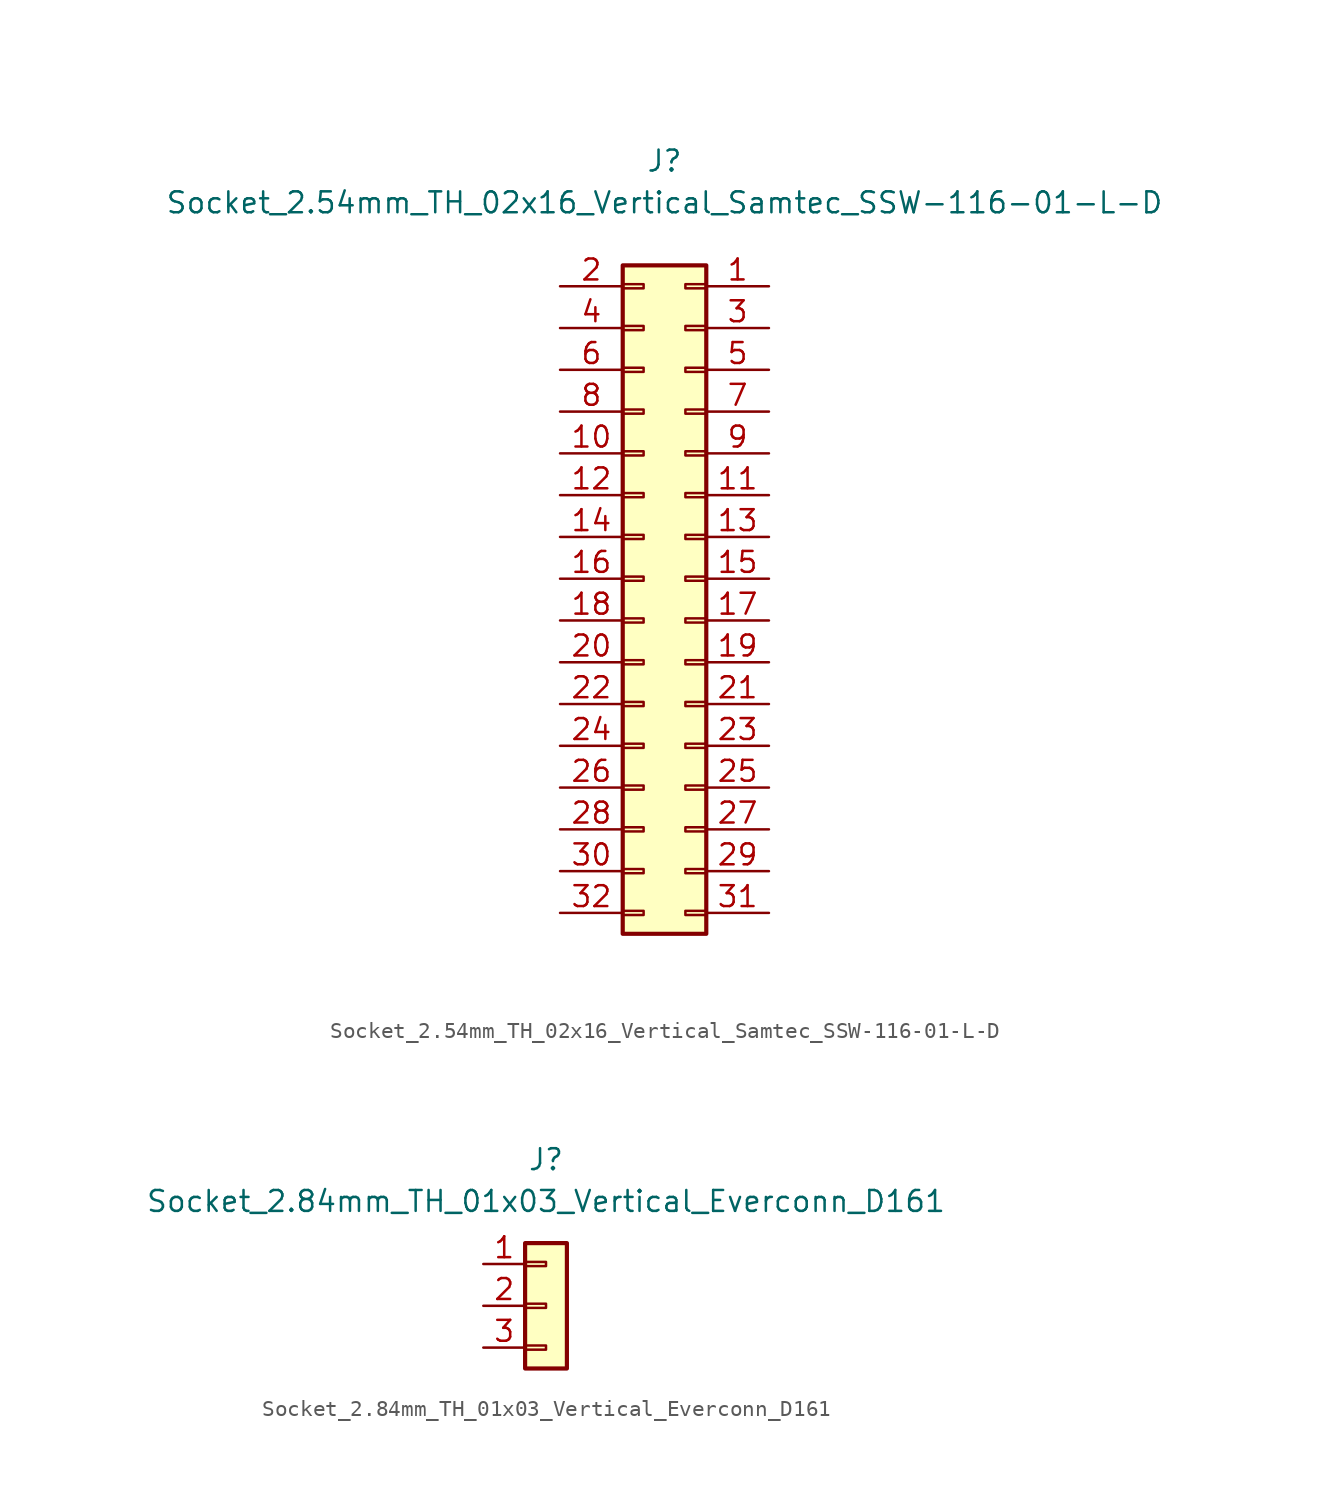
<source format=kicad_sym>
(kicad_symbol_lib
  (version 20211014)
  (generator kicad_symbol_editor)
  (symbol "Socket_2.54mm_TH_02x16_Vertical_Samtec_SSW-116-01-L-D"
    (pin_names
      (offset 1.27) hide)
    (property "Reference" "J"
      (at 0 26.67 0)
      (effects (font (size 1.27 1.27))))
    (property "Value" "Socket_2.54mm_TH_02x16_Vertical_Samtec_SSW-116-01-L-D"
      (at 0 24.13 0)
      (effects (font (size 1.27 1.27))))
    (symbol "Socket_2.54mm_TH_02x16_Vertical_Samtec_SSW-116-01-L-D_1_1"
      (rectangle (start -2.54 -18.923) (end -1.27 -19.177) (stroke (width 0.152) (type default) (color 0 0 0 0)) (fill (type none)))
      (rectangle (start -2.54 -16.383) (end -1.27 -16.637) (stroke (width 0.152) (type default) (color 0 0 0 0)) (fill (type none)))
      (rectangle (start -2.54 -13.843) (end -1.27 -14.097) (stroke (width 0.152) (type default) (color 0 0 0 0)) (fill (type none)))
      (rectangle (start -2.54 -11.303) (end -1.27 -11.557) (stroke (width 0.152) (type default) (color 0 0 0 0)) (fill (type none)))
      (rectangle (start -2.54 -8.763) (end -1.27 -9.017) (stroke (width 0.152) (type default) (color 0 0 0 0)) (fill (type none)))
      (rectangle (start -2.54 -6.223) (end -1.27 -6.477) (stroke (width 0.152) (type default) (color 0 0 0 0)) (fill (type none)))
      (rectangle (start -2.54 -3.683) (end -1.27 -3.937) (stroke (width 0.152) (type default) (color 0 0 0 0)) (fill (type none)))
      (rectangle (start -2.54 -1.143) (end -1.27 -1.397) (stroke (width 0.152) (type default) (color 0 0 0 0)) (fill (type none)))
      (rectangle (start -2.54 1.397) (end -1.27 1.143) (stroke (width 0.152) (type default) (color 0 0 0 0)) (fill (type none)))
      (rectangle (start -2.54 3.937) (end -1.27 3.683) (stroke (width 0.152) (type default) (color 0 0 0 0)) (fill (type none)))
      (rectangle (start -2.54 6.477) (end -1.27 6.223) (stroke (width 0.152) (type default) (color 0 0 0 0)) (fill (type none)))
      (rectangle (start -2.54 9.017) (end -1.27 8.763) (stroke (width 0.152) (type default) (color 0 0 0 0)) (fill (type none)))
      (rectangle (start -2.54 11.557) (end -1.27 11.303) (stroke (width 0.152) (type default) (color 0 0 0 0)) (fill (type none)))
      (rectangle (start -2.54 14.097) (end -1.27 13.843) (stroke (width 0.152) (type default) (color 0 0 0 0)) (fill (type none)))
      (rectangle (start -2.54 16.637) (end -1.27 16.383) (stroke (width 0.152) (type default) (color 0 0 0 0)) (fill (type none)))
      (rectangle (start -2.54 19.177) (end -1.27 18.923) (stroke (width 0.152) (type default) (color 0 0 0 0)) (fill (type none)))
      (rectangle (start -2.54 20.32) (end 2.54 -20.32) (stroke (width 0.254) (type default) (color 0 0 0 0)) (fill (type background)))
      (rectangle (start 2.54 -18.923) (end 1.27 -19.177) (stroke (width 0.152) (type default) (color 0 0 0 0)) (fill (type none)))
      (rectangle (start 2.54 -16.383) (end 1.27 -16.637) (stroke (width 0.152) (type default) (color 0 0 0 0)) (fill (type none)))
      (rectangle (start 2.54 -13.843) (end 1.27 -14.097) (stroke (width 0.152) (type default) (color 0 0 0 0)) (fill (type none)))
      (rectangle (start 2.54 -11.303) (end 1.27 -11.557) (stroke (width 0.152) (type default) (color 0 0 0 0)) (fill (type none)))
      (rectangle (start 2.54 -8.763) (end 1.27 -9.017) (stroke (width 0.152) (type default) (color 0 0 0 0)) (fill (type none)))
      (rectangle (start 2.54 -6.223) (end 1.27 -6.477) (stroke (width 0.152) (type default) (color 0 0 0 0)) (fill (type none)))
      (rectangle (start 2.54 -3.683) (end 1.27 -3.937) (stroke (width 0.152) (type default) (color 0 0 0 0)) (fill (type none)))
      (rectangle (start 2.54 -1.143) (end 1.27 -1.397) (stroke (width 0.152) (type default) (color 0 0 0 0)) (fill (type none)))
      (rectangle (start 2.54 1.397) (end 1.27 1.143) (stroke (width 0.152) (type default) (color 0 0 0 0)) (fill (type none)))
      (rectangle (start 2.54 3.937) (end 1.27 3.683) (stroke (width 0.152) (type default) (color 0 0 0 0)) (fill (type none)))
      (rectangle (start 2.54 6.477) (end 1.27 6.223) (stroke (width 0.152) (type default) (color 0 0 0 0)) (fill (type none)))
      (rectangle (start 2.54 9.017) (end 1.27 8.763) (stroke (width 0.152) (type default) (color 0 0 0 0)) (fill (type none)))
      (rectangle (start 2.54 11.557) (end 1.27 11.303) (stroke (width 0.152) (type default) (color 0 0 0 0)) (fill (type none)))
      (rectangle (start 2.54 14.097) (end 1.27 13.843) (stroke (width 0.152) (type default) (color 0 0 0 0)) (fill (type none)))
      (rectangle (start 2.54 16.637) (end 1.27 16.383) (stroke (width 0.152) (type default) (color 0 0 0 0)) (fill (type none)))
      (rectangle (start 2.54 19.177) (end 1.27 18.923) (stroke (width 0.152) (type default) (color 0 0 0 0)) (fill (type none)))
      (pin passive line (at 6.35 19.05 180) (length 3.81) (name "Pin_1" (effects (font (size 1.27 1.27)))) (number "1" (effects (font (size 1.27 1.27)))))
      (pin passive line (at -6.35 8.89 0) (length 3.81) (name "Pin_10" (effects (font (size 1.27 1.27)))) (number "10" (effects (font (size 1.27 1.27)))))
      (pin passive line (at 6.35 6.35 180) (length 3.81) (name "Pin_11" (effects (font (size 1.27 1.27)))) (number "11" (effects (font (size 1.27 1.27)))))
      (pin passive line (at -6.35 6.35 0) (length 3.81) (name "Pin_12" (effects (font (size 1.27 1.27)))) (number "12" (effects (font (size 1.27 1.27)))))
      (pin passive line (at 6.35 3.81 180) (length 3.81) (name "Pin_13" (effects (font (size 1.27 1.27)))) (number "13" (effects (font (size 1.27 1.27)))))
      (pin passive line (at -6.35 3.81 0) (length 3.81) (name "Pin_14" (effects (font (size 1.27 1.27)))) (number "14" (effects (font (size 1.27 1.27)))))
      (pin passive line (at 6.35 1.27 180) (length 3.81) (name "Pin_15" (effects (font (size 1.27 1.27)))) (number "15" (effects (font (size 1.27 1.27)))))
      (pin passive line (at -6.35 1.27 0) (length 3.81) (name "Pin_16" (effects (font (size 1.27 1.27)))) (number "16" (effects (font (size 1.27 1.27)))))
      (pin passive line (at 6.35 -1.27 180) (length 3.81) (name "Pin_17" (effects (font (size 1.27 1.27)))) (number "17" (effects (font (size 1.27 1.27)))))
      (pin passive line (at -6.35 -1.27 0) (length 3.81) (name "Pin_18" (effects (font (size 1.27 1.27)))) (number "18" (effects (font (size 1.27 1.27)))))
      (pin passive line (at 6.35 -3.81 180) (length 3.81) (name "Pin_19" (effects (font (size 1.27 1.27)))) (number "19" (effects (font (size 1.27 1.27)))))
      (pin passive line (at -6.35 19.05 0) (length 3.81) (name "Pin_2" (effects (font (size 1.27 1.27)))) (number "2" (effects (font (size 1.27 1.27)))))
      (pin passive line (at -6.35 -3.81 0) (length 3.81) (name "Pin_20" (effects (font (size 1.27 1.27)))) (number "20" (effects (font (size 1.27 1.27)))))
      (pin passive line (at 6.35 -6.35 180) (length 3.81) (name "Pin_21" (effects (font (size 1.27 1.27)))) (number "21" (effects (font (size 1.27 1.27)))))
      (pin passive line (at -6.35 -6.35 0) (length 3.81) (name "Pin_22" (effects (font (size 1.27 1.27)))) (number "22" (effects (font (size 1.27 1.27)))))
      (pin passive line (at 6.35 -8.89 180) (length 3.81) (name "Pin_23" (effects (font (size 1.27 1.27)))) (number "23" (effects (font (size 1.27 1.27)))))
      (pin passive line (at -6.35 -8.89 0) (length 3.81) (name "Pin_24" (effects (font (size 1.27 1.27)))) (number "24" (effects (font (size 1.27 1.27)))))
      (pin passive line (at 6.35 -11.43 180) (length 3.81) (name "Pin_25" (effects (font (size 1.27 1.27)))) (number "25" (effects (font (size 1.27 1.27)))))
      (pin passive line (at -6.35 -11.43 0) (length 3.81) (name "Pin_26" (effects (font (size 1.27 1.27)))) (number "26" (effects (font (size 1.27 1.27)))))
      (pin passive line (at 6.35 -13.97 180) (length 3.81) (name "Pin_27" (effects (font (size 1.27 1.27)))) (number "27" (effects (font (size 1.27 1.27)))))
      (pin passive line (at -6.35 -13.97 0) (length 3.81) (name "Pin_28" (effects (font (size 1.27 1.27)))) (number "28" (effects (font (size 1.27 1.27)))))
      (pin passive line (at 6.35 -16.51 180) (length 3.81) (name "Pin_29" (effects (font (size 1.27 1.27)))) (number "29" (effects (font (size 1.27 1.27)))))
      (pin passive line (at 6.35 16.51 180) (length 3.81) (name "Pin_3" (effects (font (size 1.27 1.27)))) (number "3" (effects (font (size 1.27 1.27)))))
      (pin passive line (at -6.35 -16.51 0) (length 3.81) (name "Pin_30" (effects (font (size 1.27 1.27)))) (number "30" (effects (font (size 1.27 1.27)))))
      (pin passive line (at 6.35 -19.05 180) (length 3.81) (name "Pin_31" (effects (font (size 1.27 1.27)))) (number "31" (effects (font (size 1.27 1.27)))))
      (pin passive line (at -6.35 -19.05 0) (length 3.81) (name "Pin_32" (effects (font (size 1.27 1.27)))) (number "32" (effects (font (size 1.27 1.27)))))
      (pin passive line (at -6.35 16.51 0) (length 3.81) (name "Pin_4" (effects (font (size 1.27 1.27)))) (number "4" (effects (font (size 1.27 1.27)))))
      (pin passive line (at 6.35 13.97 180) (length 3.81) (name "Pin_5" (effects (font (size 1.27 1.27)))) (number "5" (effects (font (size 1.27 1.27)))))
      (pin passive line (at -6.35 13.97 0) (length 3.81) (name "Pin_6" (effects (font (size 1.27 1.27)))) (number "6" (effects (font (size 1.27 1.27)))))
      (pin passive line (at 6.35 11.43 180) (length 3.81) (name "Pin_7" (effects (font (size 1.27 1.27)))) (number "7" (effects (font (size 1.27 1.27)))))
      (pin passive line (at -6.35 11.43 0) (length 3.81) (name "Pin_8" (effects (font (size 1.27 1.27)))) (number "8" (effects (font (size 1.27 1.27)))))
      (pin passive line (at 6.35 8.89 180) (length 3.81) (name "Pin_9" (effects (font (size 1.27 1.27)))) (number "9" (effects (font (size 1.27 1.27)))))))
  (symbol "Socket_2.84mm_TH_01x03_Vertical_Everconn_D161"
    (pin_names
      (offset 1.27) hide)
    (property "Reference" "J"
      (at 0 8.89 0)
      (effects (font (size 1.27 1.27))))
    (property "Value" "Socket_2.84mm_TH_01x03_Vertical_Everconn_D161"
      (at 0 6.35 0)
      (effects (font (size 1.27 1.27))))
    (symbol "Socket_2.84mm_TH_01x03_Vertical_Everconn_D161_1_1"
      (rectangle (start -1.27 -2.413) (end 0 -2.667) (stroke (width 0.152) (type default) (color 0 0 0 0)) (fill (type none)))
      (rectangle (start -1.27 0.127) (end 0 -0.127) (stroke (width 0.152) (type default) (color 0 0 0 0)) (fill (type none)))
      (rectangle (start -1.27 2.667) (end 0 2.413) (stroke (width 0.152) (type default) (color 0 0 0 0)) (fill (type none)))
      (rectangle (start -1.27 3.81) (end 1.27 -3.81) (stroke (width 0.254) (type default) (color 0 0 0 0)) (fill (type background)))
      (pin passive line (at -3.81 2.54 0) (length 2.54) (name "Pin_1" (effects (font (size 1.27 1.27)))) (number "1" (effects (font (size 1.27 1.27)))))
      (pin passive line (at -3.81 0 0) (length 2.54) (name "Pin_2" (effects (font (size 1.27 1.27)))) (number "2" (effects (font (size 1.27 1.27)))))
      (pin passive line (at -3.81 -2.54 0) (length 2.54) (name "Pin_3" (effects (font (size 1.27 1.27)))) (number "3" (effects (font (size 1.27 1.27))))))))
</source>
